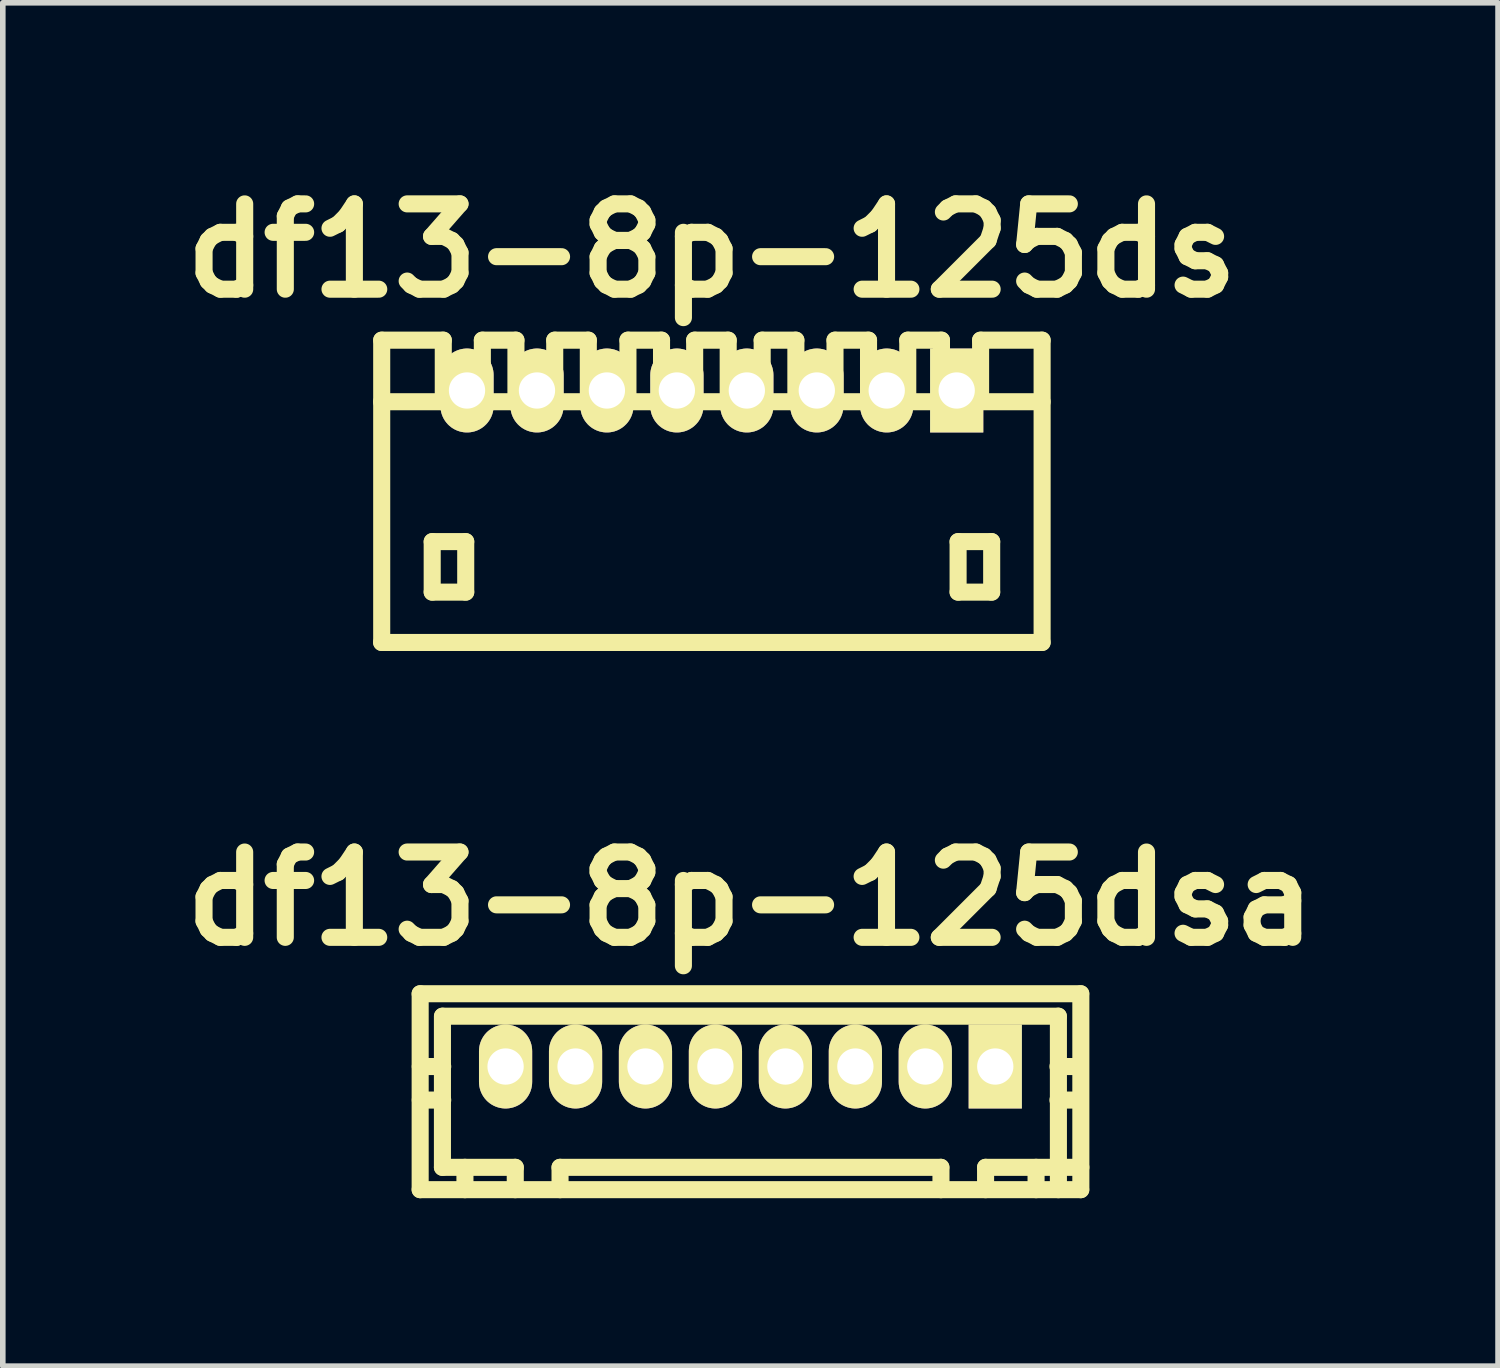
<source format=kicad_pcb>
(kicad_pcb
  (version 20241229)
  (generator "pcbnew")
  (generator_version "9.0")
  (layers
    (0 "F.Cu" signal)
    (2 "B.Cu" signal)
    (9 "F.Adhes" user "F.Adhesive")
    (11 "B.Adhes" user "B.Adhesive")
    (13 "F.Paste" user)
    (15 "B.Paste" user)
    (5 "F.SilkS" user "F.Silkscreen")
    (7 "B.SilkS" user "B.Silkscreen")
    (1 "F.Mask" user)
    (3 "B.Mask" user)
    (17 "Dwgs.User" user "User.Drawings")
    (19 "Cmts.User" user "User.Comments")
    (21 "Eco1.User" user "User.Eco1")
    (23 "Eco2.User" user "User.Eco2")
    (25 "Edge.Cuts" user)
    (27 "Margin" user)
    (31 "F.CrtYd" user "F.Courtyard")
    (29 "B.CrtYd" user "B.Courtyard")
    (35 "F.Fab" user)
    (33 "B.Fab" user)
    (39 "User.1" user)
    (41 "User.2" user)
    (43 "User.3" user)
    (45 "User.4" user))
  (footprint "df13-8p-125ds"
    (layer "F.Cu")
    (at 9.667 5.727)
    (property "Reference" "df13-8p-125ds" (at 0 -4.3 0) (layer "F.SilkS") (effects (font (size 1.524 1.524) (thickness 0.305))))
    (attr through_hole)
    (fp_line (start -5.9 -1.6) (end 5.9 -1.6) (stroke (width 0.305) (type solid)) (layer "F.SilkS"))
    (fp_line (start -5.898 2.7) (end -5.898 -2.7) (stroke (width 0.305) (type solid)) (layer "F.SilkS"))
    (fp_line (start -4.996 0.899) (end -4.996 1.801) (stroke (width 0.305) (type solid)) (layer "F.SilkS"))
    (fp_line (start -4.996 1.801) (end -4.397 1.801) (stroke (width 0.305) (type solid)) (layer "F.SilkS"))
    (fp_line (start -4.798 -2.7) (end -5.898 -2.7) (stroke (width 0.305) (type solid)) (layer "F.SilkS"))
    (fp_line (start -4.798 -1.6) (end -4.798 -2.7) (stroke (width 0.305) (type solid)) (layer "F.SilkS"))
    (fp_line (start -4.397 0.899) (end -4.996 0.899) (stroke (width 0.305) (type solid)) (layer "F.SilkS"))
    (fp_line (start -4.397 1.801) (end -4.397 0.899) (stroke (width 0.305) (type solid)) (layer "F.SilkS"))
    (fp_line (start -4.1 -2.7) (end -4.1 -1.6) (stroke (width 0.305) (type solid)) (layer "F.SilkS"))
    (fp_line (start -3.5 -2.7) (end -4.1 -2.7) (stroke (width 0.305) (type solid)) (layer "F.SilkS"))
    (fp_line (start -3.5 -1.6) (end -3.5 -2.7) (stroke (width 0.305) (type solid)) (layer "F.SilkS"))
    (fp_line (start -2.807 -1.6) (end -2.807 -2.7) (stroke (width 0.305) (type solid)) (layer "F.SilkS"))
    (fp_line (start -2.207 -2.7) (end -2.807 -2.7) (stroke (width 0.305) (type solid)) (layer "F.SilkS"))
    (fp_line (start -2.207 -1.6) (end -2.207 -2.7) (stroke (width 0.305) (type solid)) (layer "F.SilkS"))
    (fp_line (start -1.499 -2.7) (end -0.899 -2.7) (stroke (width 0.305) (type solid)) (layer "F.SilkS"))
    (fp_line (start -1.499 -1.6) (end -1.499 -2.7) (stroke (width 0.305) (type solid)) (layer "F.SilkS"))
    (fp_line (start -0.899 -2.7) (end -0.899 -1.6) (stroke (width 0.305) (type solid)) (layer "F.SilkS"))
    (fp_line (start -0.307 -2.7) (end 0.292 -2.7) (stroke (width 0.305) (type solid)) (layer "F.SilkS"))
    (fp_line (start -0.307 -1.6) (end -0.307 -2.7) (stroke (width 0.305) (type solid)) (layer "F.SilkS"))
    (fp_line (start 0.292 -2.7) (end 0.292 -1.6) (stroke (width 0.305) (type solid)) (layer "F.SilkS"))
    (fp_line (start 0.899 -2.7) (end 1.501 -2.7) (stroke (width 0.305) (type solid)) (layer "F.SilkS"))
    (fp_line (start 0.899 -1.6) (end 0.899 -2.7) (stroke (width 0.305) (type solid)) (layer "F.SilkS"))
    (fp_line (start 1.501 -2.7) (end 1.501 -1.6) (stroke (width 0.305) (type solid)) (layer "F.SilkS"))
    (fp_line (start 2.2 -2.7) (end 2.799 -2.7) (stroke (width 0.305) (type solid)) (layer "F.SilkS"))
    (fp_line (start 2.2 -1.6) (end 2.2 -2.7) (stroke (width 0.305) (type solid)) (layer "F.SilkS"))
    (fp_line (start 2.799 -2.7) (end 2.799 -1.6) (stroke (width 0.305) (type solid)) (layer "F.SilkS"))
    (fp_line (start 3.5 -2.7) (end 4.102 -2.7) (stroke (width 0.305) (type solid)) (layer "F.SilkS"))
    (fp_line (start 3.5 -1.6) (end 3.5 -2.7) (stroke (width 0.305) (type solid)) (layer "F.SilkS"))
    (fp_line (start 4.102 -2.7) (end 4.102 -1.6) (stroke (width 0.305) (type solid)) (layer "F.SilkS"))
    (fp_line (start 4.399 0.899) (end 4.999 0.899) (stroke (width 0.305) (type solid)) (layer "F.SilkS"))
    (fp_line (start 4.399 1.801) (end 4.399 0.899) (stroke (width 0.305) (type solid)) (layer "F.SilkS"))
    (fp_line (start 4.801 -1.6) (end 4.801 -2.7) (stroke (width 0.305) (type solid)) (layer "F.SilkS"))
    (fp_line (start 4.999 0.899) (end 4.999 1.801) (stroke (width 0.305) (type solid)) (layer "F.SilkS"))
    (fp_line (start 4.999 1.801) (end 4.399 1.801) (stroke (width 0.305) (type solid)) (layer "F.SilkS"))
    (fp_line (start 5.9 -2.7) (end 4.801 -2.7) (stroke (width 0.305) (type solid)) (layer "F.SilkS"))
    (fp_line (start 5.9 2.7) (end -5.9 2.7) (stroke (width 0.305) (type solid)) (layer "F.SilkS"))
    (fp_line (start 5.9 2.7) (end 5.9 -2.7) (stroke (width 0.305) (type solid)) (layer "F.SilkS"))
    (pad "1" thru_hole rect (at 4.374 -1.801) (size 0.95 1.499) (drill 0.648) (layers "*.Cu" "*.Mask" "F.SilkS"))
    (pad "2" thru_hole oval (at 3.124 -1.801) (size 0.95 1.499) (drill 0.648) (layers "*.Cu" "*.Mask" "F.SilkS"))
    (pad "3" thru_hole oval (at 1.875 -1.801) (size 0.95 1.499) (drill 0.648) (layers "*.Cu" "*.Mask" "F.SilkS"))
    (pad "4" thru_hole oval (at 0.625 -1.801) (size 0.95 1.499) (drill 0.648) (layers "*.Cu" "*.Mask" "F.SilkS"))
    (pad "5" thru_hole oval (at -0.625 -1.801) (size 0.95 1.499) (drill 0.648) (layers "*.Cu" "*.Mask" "F.SilkS"))
    (pad "6" thru_hole oval (at -1.875 -1.801) (size 0.95 1.499) (drill 0.648) (layers "*.Cu" "*.Mask" "F.SilkS"))
    (pad "7" thru_hole oval (at -3.124 -1.801) (size 0.95 1.499) (drill 0.648) (layers "*.Cu" "*.Mask" "F.SilkS"))
    (pad "8" thru_hole oval (at -4.374 -1.801) (size 0.95 1.499) (drill 0.648) (layers "*.Cu" "*.Mask" "F.SilkS")))
  (footprint "df13-8p-125dsa"
    (layer "F.Cu")
    (at 10.356 16.003)
    (property "Reference" "df13-8p-125dsa" (at 0 -2.997 0) (layer "F.SilkS") (effects (font (size 1.524 1.524) (thickness 0.305))))
    (attr through_hole)
    (fp_line (start -5.9 2.2) (end -5.9 -1.3) (stroke (width 0.305) (type solid)) (layer "F.SilkS"))
    (fp_line (start -5.502 -0.899) (end -5.502 1.801) (stroke (width 0.305) (type solid)) (layer "F.SilkS"))
    (fp_line (start -5.499 -0.899) (end 5.499 -0.899) (stroke (width 0.305) (type solid)) (layer "F.SilkS"))
    (fp_line (start -5.497 0) (end -5.898 0) (stroke (width 0.305) (type solid)) (layer "F.SilkS"))
    (fp_line (start -5.497 0.599) (end -5.898 0.599) (stroke (width 0.305) (type solid)) (layer "F.SilkS"))
    (fp_line (start -5.1 1.801) (end -5.1 2.2) (stroke (width 0.305) (type solid)) (layer "F.SilkS"))
    (fp_line (start -4.501 -0.099) (end -4.501 0.099) (stroke (width 0.305) (type solid)) (layer "F.SilkS"))
    (fp_line (start -4.501 0.099) (end -4.3 0.099) (stroke (width 0.305) (type solid)) (layer "F.SilkS"))
    (fp_line (start -4.3 -0.099) (end -4.501 -0.099) (stroke (width 0.305) (type solid)) (layer "F.SilkS"))
    (fp_line (start -4.3 0.099) (end -4.3 -0.099) (stroke (width 0.305) (type solid)) (layer "F.SilkS"))
    (fp_line (start -4.201 1.801) (end -5.502 1.801) (stroke (width 0.305) (type solid)) (layer "F.SilkS"))
    (fp_line (start -4.201 1.801) (end -4.201 2.2) (stroke (width 0.305) (type solid)) (layer "F.SilkS"))
    (fp_line (start -3.401 1.801) (end 3.401 1.801) (stroke (width 0.305) (type solid)) (layer "F.SilkS"))
    (fp_line (start -3.401 2.2) (end -3.401 1.801) (stroke (width 0.305) (type solid)) (layer "F.SilkS"))
    (fp_line (start -3.2 -0.099) (end -3.2 0.099) (stroke (width 0.305) (type solid)) (layer "F.SilkS"))
    (fp_line (start -3.2 0.099) (end -3 0.099) (stroke (width 0.305) (type solid)) (layer "F.SilkS"))
    (fp_line (start -3 -0.099) (end -3.2 -0.099) (stroke (width 0.305) (type solid)) (layer "F.SilkS"))
    (fp_line (start -3 0.099) (end -3 -0.099) (stroke (width 0.305) (type solid)) (layer "F.SilkS"))
    (fp_line (start -1.999 -0.099) (end -1.999 0.099) (stroke (width 0.305) (type solid)) (layer "F.SilkS"))
    (fp_line (start -1.999 0.099) (end -1.801 0.099) (stroke (width 0.305) (type solid)) (layer "F.SilkS"))
    (fp_line (start -1.801 -0.099) (end -1.999 -0.099) (stroke (width 0.305) (type solid)) (layer "F.SilkS"))
    (fp_line (start -1.801 0.099) (end -1.801 -0.099) (stroke (width 0.305) (type solid)) (layer "F.SilkS"))
    (fp_line (start -0.701 -0.099) (end -0.701 0.099) (stroke (width 0.305) (type solid)) (layer "F.SilkS"))
    (fp_line (start -0.701 0.099) (end -0.5 0.099) (stroke (width 0.305) (type solid)) (layer "F.SilkS"))
    (fp_line (start -0.5 -0.099) (end -0.701 -0.099) (stroke (width 0.305) (type solid)) (layer "F.SilkS"))
    (fp_line (start -0.5 0.099) (end -0.5 -0.099) (stroke (width 0.305) (type solid)) (layer "F.SilkS"))
    (fp_line (start 0.5 -0.099) (end 0.701 -0.099) (stroke (width 0.305) (type solid)) (layer "F.SilkS"))
    (fp_line (start 0.5 0.099) (end 0.5 -0.099) (stroke (width 0.305) (type solid)) (layer "F.SilkS"))
    (fp_line (start 0.701 -0.099) (end 0.701 0.099) (stroke (width 0.305) (type solid)) (layer "F.SilkS"))
    (fp_line (start 0.701 0.099) (end 0.5 0.099) (stroke (width 0.305) (type solid)) (layer "F.SilkS"))
    (fp_line (start 1.801 -0.099) (end 1.999 -0.099) (stroke (width 0.305) (type solid)) (layer "F.SilkS"))
    (fp_line (start 1.801 0.099) (end 1.801 -0.099) (stroke (width 0.305) (type solid)) (layer "F.SilkS"))
    (fp_line (start 1.999 -0.099) (end 1.999 0.099) (stroke (width 0.305) (type solid)) (layer "F.SilkS"))
    (fp_line (start 1.999 0.099) (end 1.801 0.099) (stroke (width 0.305) (type solid)) (layer "F.SilkS"))
    (fp_line (start 3 -0.099) (end 3.2 -0.099) (stroke (width 0.305) (type solid)) (layer "F.SilkS"))
    (fp_line (start 3 0.099) (end 3 -0.099) (stroke (width 0.305) (type solid)) (layer "F.SilkS"))
    (fp_line (start 3.2 -0.099) (end 3.2 0.099) (stroke (width 0.305) (type solid)) (layer "F.SilkS"))
    (fp_line (start 3.2 0.099) (end 3 0.099) (stroke (width 0.305) (type solid)) (layer "F.SilkS"))
    (fp_line (start 3.404 2.2) (end 3.404 1.801) (stroke (width 0.305) (type solid)) (layer "F.SilkS"))
    (fp_line (start 4.201 1.801) (end 4.201 2.2) (stroke (width 0.305) (type solid)) (layer "F.SilkS"))
    (fp_line (start 4.201 1.801) (end 5.903 1.801) (stroke (width 0.305) (type solid)) (layer "F.SilkS"))
    (fp_line (start 4.3 -0.099) (end 4.501 -0.099) (stroke (width 0.305) (type solid)) (layer "F.SilkS"))
    (fp_line (start 4.3 0.099) (end 4.3 -0.099) (stroke (width 0.305) (type solid)) (layer "F.SilkS"))
    (fp_line (start 4.501 -0.099) (end 4.501 0.099) (stroke (width 0.305) (type solid)) (layer "F.SilkS"))
    (fp_line (start 4.501 0.099) (end 4.3 0.099) (stroke (width 0.305) (type solid)) (layer "F.SilkS"))
    (fp_line (start 5.103 1.801) (end 5.103 2.2) (stroke (width 0.305) (type solid)) (layer "F.SilkS"))
    (fp_line (start 5.494 0) (end 5.895 0) (stroke (width 0.305) (type solid)) (layer "F.SilkS"))
    (fp_line (start 5.502 -0.899) (end 5.502 2.2) (stroke (width 0.305) (type solid)) (layer "F.SilkS"))
    (fp_line (start 5.895 0.599) (end 5.494 0.599) (stroke (width 0.305) (type solid)) (layer "F.SilkS"))
    (fp_line (start 5.9 -1.3) (end -5.9 -1.3) (stroke (width 0.305) (type solid)) (layer "F.SilkS"))
    (fp_line (start 5.9 2.2) (end -5.9 2.2) (stroke (width 0.305) (type solid)) (layer "F.SilkS"))
    (fp_line (start 5.903 -1.3) (end 5.903 2.2) (stroke (width 0.305) (type solid)) (layer "F.SilkS"))
    (pad "1" thru_hole rect (at 4.374 0) (size 0.95 1.499) (drill 0.648) (layers "*.Cu" "*.Mask" "F.SilkS"))
    (pad "2" thru_hole oval (at 3.124 0) (size 0.95 1.499) (drill 0.648) (layers "*.Cu" "*.Mask" "F.SilkS"))
    (pad "3" thru_hole oval (at 1.875 0) (size 0.95 1.499) (drill 0.648) (layers "*.Cu" "*.Mask" "F.SilkS"))
    (pad "4" thru_hole oval (at 0.625 0) (size 0.95 1.499) (drill 0.648) (layers "*.Cu" "*.Mask" "F.SilkS"))
    (pad "5" thru_hole oval (at -0.625 0) (size 0.95 1.499) (drill 0.648) (layers "*.Cu" "*.Mask" "F.SilkS"))
    (pad "6" thru_hole oval (at -1.875 0) (size 0.95 1.499) (drill 0.648) (layers "*.Cu" "*.Mask" "F.SilkS"))
    (pad "7" thru_hole oval (at -3.124 0) (size 0.95 1.499) (drill 0.648) (layers "*.Cu" "*.Mask" "F.SilkS"))
    (pad "8" thru_hole oval (at -4.374 0) (size 0.95 1.499) (drill 0.648) (layers "*.Cu" "*.Mask" "F.SilkS")))
  (gr_rect
    (start -3 -3)
    (end 23.712 21.355)
    (stroke (width 0.1) (type default))
    (fill no)
    (layer "Edge.Cuts")))
</source>
